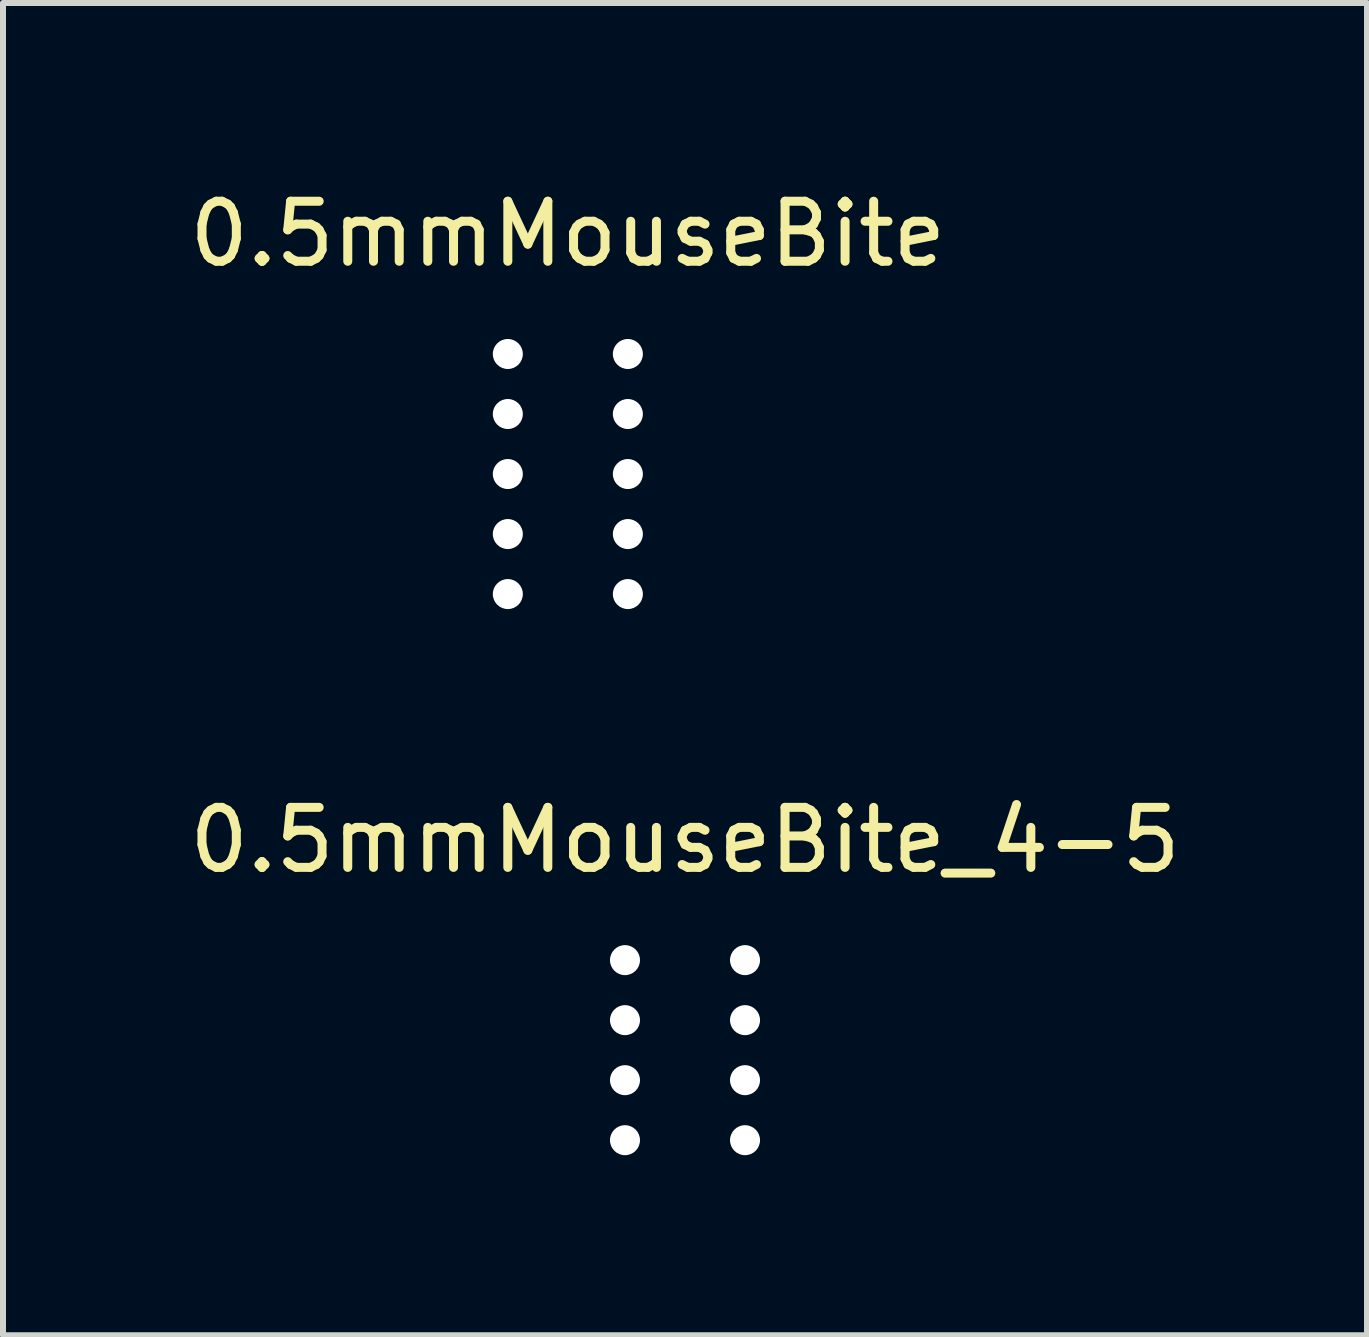
<source format=kicad_pcb>
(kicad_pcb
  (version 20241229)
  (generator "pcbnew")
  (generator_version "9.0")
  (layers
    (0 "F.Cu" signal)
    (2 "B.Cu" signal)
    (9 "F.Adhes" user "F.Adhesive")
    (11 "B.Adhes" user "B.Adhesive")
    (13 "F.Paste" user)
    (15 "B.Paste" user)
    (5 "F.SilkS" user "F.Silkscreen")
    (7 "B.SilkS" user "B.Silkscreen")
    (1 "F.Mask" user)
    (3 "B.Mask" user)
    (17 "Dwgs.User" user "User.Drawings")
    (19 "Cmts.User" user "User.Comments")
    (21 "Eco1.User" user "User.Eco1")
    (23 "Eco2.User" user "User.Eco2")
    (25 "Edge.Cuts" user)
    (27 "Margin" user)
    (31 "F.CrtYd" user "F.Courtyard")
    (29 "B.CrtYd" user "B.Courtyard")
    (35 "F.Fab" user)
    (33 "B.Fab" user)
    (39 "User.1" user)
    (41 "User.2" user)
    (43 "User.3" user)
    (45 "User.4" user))
  (footprint "0.5mmMouseBite_4-5"
    (layer "F.Cu")
    (at 8.363 14.447)
    (property "Reference" "0.5mmMouseBite_4-5" (at 0 -3.5 0) (layer "F.SilkS") (effects (font (size 1 1) (thickness 0.15))))
    (attr through_hole)
    (pad "" np_thru_hole circle (at -1 -1.5) (size 0.5 0.5) (drill 0.5) (layers "*.Cu" "*.Mask"))
    (pad "" np_thru_hole circle (at -1 -0.5) (size 0.5 0.5) (drill 0.5) (layers "*.Cu" "*.Mask"))
    (pad "" np_thru_hole circle (at -1 0.5) (size 0.5 0.5) (drill 0.5) (layers "*.Cu" "*.Mask"))
    (pad "" np_thru_hole circle (at -1 1.5) (size 0.5 0.5) (drill 0.5) (layers "*.Cu" "*.Mask"))
    (pad "" np_thru_hole circle (at 1 -1.5) (size 0.5 0.5) (drill 0.5) (layers "*.Cu" "*.Mask"))
    (pad "" np_thru_hole circle (at 1 -0.5) (size 0.5 0.5) (drill 0.5) (layers "*.Cu" "*.Mask"))
    (pad "" np_thru_hole circle (at 1 0.5) (size 0.5 0.5) (drill 0.5) (layers "*.Cu" "*.Mask"))
    (pad "" np_thru_hole circle (at 1 1.5) (size 0.5 0.5) (drill 0.5) (layers "*.Cu" "*.Mask")))
  (footprint "0.5mmMouseBite"
    (layer "F.Cu")
    (at 6.411 4.848)
    (property "Reference" "0.5mmMouseBite" (at 0 -4 0) (layer "F.SilkS") (effects (font (size 1 1) (thickness 0.15))))
    (attr through_hole)
    (pad "" np_thru_hole circle (at -1 -2) (size 0.5 0.5) (drill 0.5) (layers "*.Cu" "*.Mask"))
    (pad "" np_thru_hole circle (at -1 -1) (size 0.5 0.5) (drill 0.5) (layers "*.Cu" "*.Mask"))
    (pad "" np_thru_hole circle (at -1 0) (size 0.5 0.5) (drill 0.5) (layers "*.Cu" "*.Mask"))
    (pad "" np_thru_hole circle (at -1 1) (size 0.5 0.5) (drill 0.5) (layers "*.Cu" "*.Mask"))
    (pad "" np_thru_hole circle (at -1 2) (size 0.5 0.5) (drill 0.5) (layers "*.Cu" "*.Mask"))
    (pad "" np_thru_hole circle (at 1 -2) (size 0.5 0.5) (drill 0.5) (layers "*.Cu" "*.Mask"))
    (pad "" np_thru_hole circle (at 1 -1) (size 0.5 0.5) (drill 0.5) (layers "*.Cu" "*.Mask"))
    (pad "" np_thru_hole circle (at 1 0) (size 0.5 0.5) (drill 0.5) (layers "*.Cu" "*.Mask"))
    (pad "" np_thru_hole circle (at 1 1) (size 0.5 0.5) (drill 0.5) (layers "*.Cu" "*.Mask"))
    (pad "" np_thru_hole circle (at 1 2) (size 0.5 0.5) (drill 0.5) (layers "*.Cu" "*.Mask")))
  (gr_rect
    (start -3 -3)
    (end 19.726 19.197)
    (stroke (width 0.1) (type default))
    (fill no)
    (layer "Edge.Cuts")))
</source>
